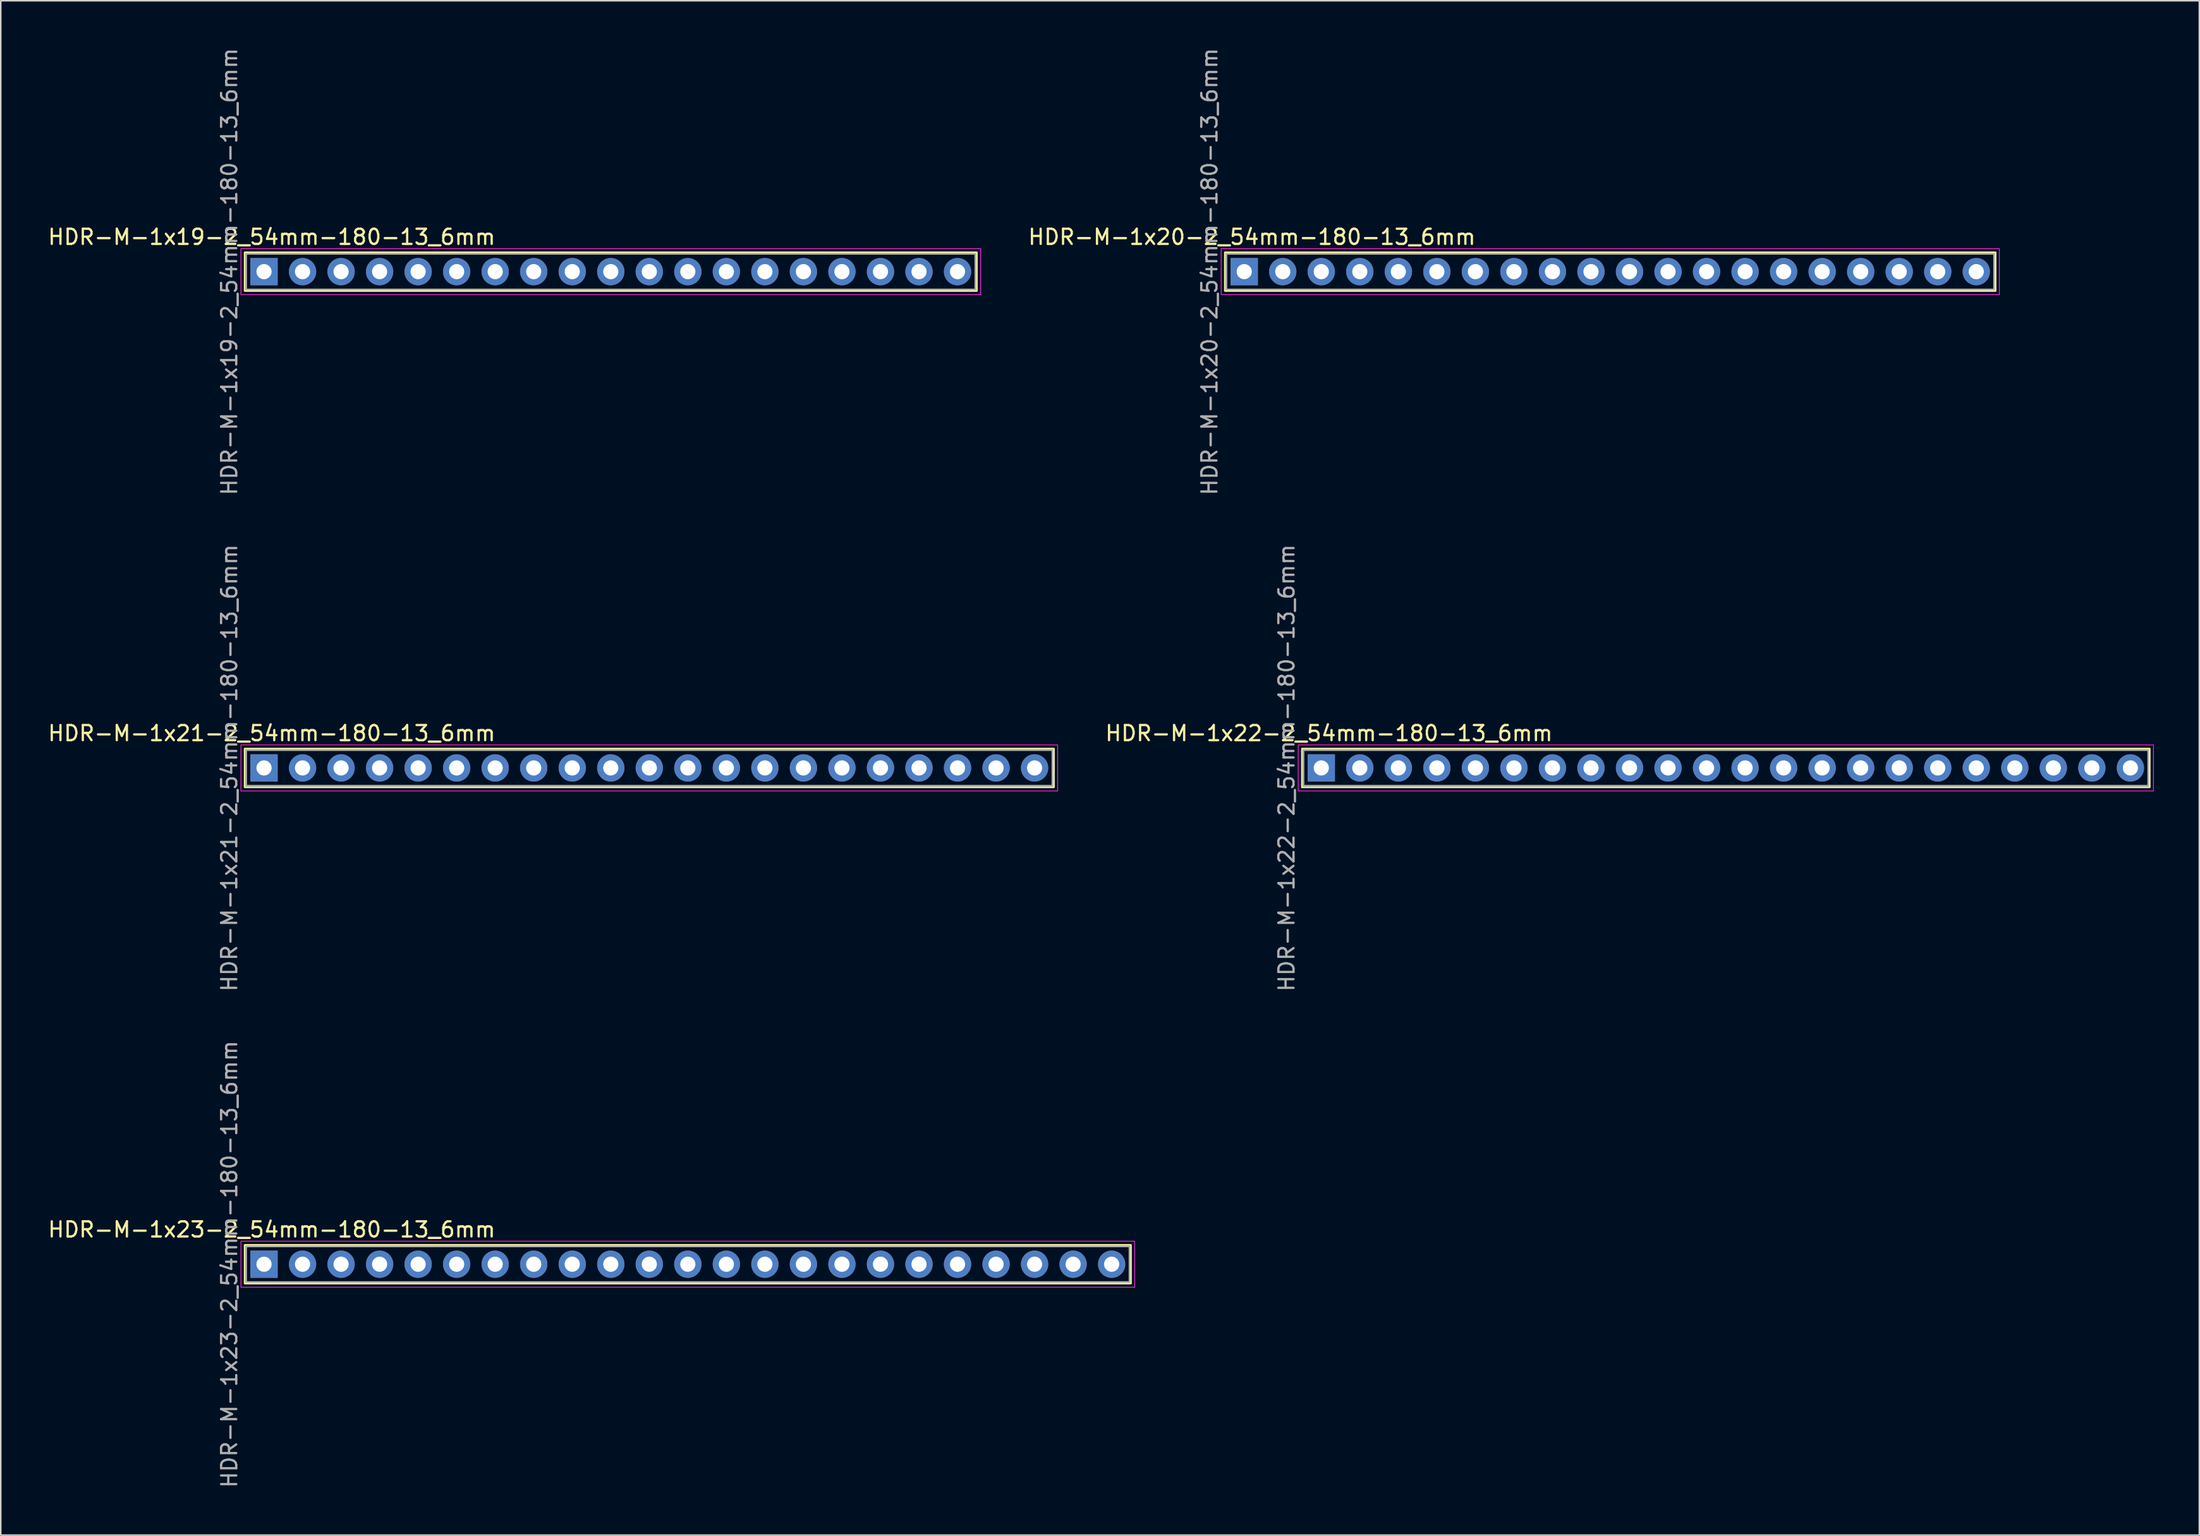
<source format=kicad_pcb>
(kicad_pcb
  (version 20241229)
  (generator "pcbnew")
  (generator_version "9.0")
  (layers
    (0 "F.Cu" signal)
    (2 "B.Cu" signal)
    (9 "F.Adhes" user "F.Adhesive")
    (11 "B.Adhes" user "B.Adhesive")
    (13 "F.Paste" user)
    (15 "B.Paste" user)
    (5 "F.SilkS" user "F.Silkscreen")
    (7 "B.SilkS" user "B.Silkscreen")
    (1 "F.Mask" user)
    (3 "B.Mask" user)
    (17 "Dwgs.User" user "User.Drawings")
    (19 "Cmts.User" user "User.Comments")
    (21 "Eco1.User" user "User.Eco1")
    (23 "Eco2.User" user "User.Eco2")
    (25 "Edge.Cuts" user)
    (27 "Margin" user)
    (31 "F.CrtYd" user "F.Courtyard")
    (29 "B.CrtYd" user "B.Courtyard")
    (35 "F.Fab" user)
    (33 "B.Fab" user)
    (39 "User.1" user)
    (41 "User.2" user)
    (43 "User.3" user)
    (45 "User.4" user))
  (footprint "HDR-M-1x20-2_54mm-180-13_6mm"
    (layer "F.Cu")
    (at 78.975 14.863)
    (property "Reference" "HDR-M-1x20-2_54mm-180-13_6mm" (at 0.508 -2.286 0) (unlocked yes) (layer "F.SilkS") (effects (font (size 1 1) (thickness 0.15))))
    (attr through_hole)
    (fp_rect (start -1.27 -1.27) (end 49.53 1.27) (stroke (width 0.12) (type solid)) (fill no) (layer "F.SilkS"))
    (fp_rect (start -1.52 -1.52) (end 49.78 1.52) (stroke (width 0.05) (type solid)) (fill no) (layer "F.CrtYd"))
    (fp_rect (start -1.17 -1.17) (end 49.43 1.17) (stroke (width 0.1) (type solid)) (fill no) (layer "F.Fab"))
    (fp_text user "${REFERENCE}" (at -2.286 0 90) (unlocked yes) (layer "F.Fab") (effects (font (size 1 1) (thickness 0.15))))
    (pad "1" thru_hole rect (at 0 0) (size 1.8 1.8) (drill 1) (layers "*.Cu" "*.Mask"))
    (pad "2" thru_hole circle (at 2.54 0) (size 1.8 1.8) (drill 1) (layers "*.Cu" "*.Mask"))
    (pad "3" thru_hole circle (at 5.08 0) (size 1.8 1.8) (drill 1) (layers "*.Cu" "*.Mask"))
    (pad "4" thru_hole circle (at 7.62 0) (size 1.8 1.8) (drill 1) (layers "*.Cu" "*.Mask"))
    (pad "5" thru_hole circle (at 10.16 0) (size 1.8 1.8) (drill 1) (layers "*.Cu" "*.Mask"))
    (pad "6" thru_hole circle (at 12.7 0) (size 1.8 1.8) (drill 1) (layers "*.Cu" "*.Mask"))
    (pad "7" thru_hole circle (at 15.24 0) (size 1.8 1.8) (drill 1) (layers "*.Cu" "*.Mask"))
    (pad "8" thru_hole circle (at 17.78 0) (size 1.8 1.8) (drill 1) (layers "*.Cu" "*.Mask"))
    (pad "9" thru_hole circle (at 20.32 0) (size 1.8 1.8) (drill 1) (layers "*.Cu" "*.Mask"))
    (pad "10" thru_hole circle (at 22.86 0) (size 1.8 1.8) (drill 1) (layers "*.Cu" "*.Mask"))
    (pad "11" thru_hole circle (at 25.4 0) (size 1.8 1.8) (drill 1) (layers "*.Cu" "*.Mask"))
    (pad "12" thru_hole circle (at 27.94 0) (size 1.8 1.8) (drill 1) (layers "*.Cu" "*.Mask"))
    (pad "13" thru_hole circle (at 30.48 0) (size 1.8 1.8) (drill 1) (layers "*.Cu" "*.Mask"))
    (pad "14" thru_hole circle (at 33.02 0) (size 1.8 1.8) (drill 1) (layers "*.Cu" "*.Mask"))
    (pad "15" thru_hole circle (at 35.56 0) (size 1.8 1.8) (drill 1) (layers "*.Cu" "*.Mask"))
    (pad "16" thru_hole circle (at 38.1 0) (size 1.8 1.8) (drill 1) (layers "*.Cu" "*.Mask"))
    (pad "17" thru_hole circle (at 40.64 0) (size 1.8 1.8) (drill 1) (layers "*.Cu" "*.Mask"))
    (pad "18" thru_hole circle (at 43.18 0) (size 1.8 1.8) (drill 1) (layers "*.Cu" "*.Mask"))
    (pad "19" thru_hole circle (at 45.72 0) (size 1.8 1.8) (drill 1) (layers "*.Cu" "*.Mask"))
    (pad "20" thru_hole circle (at 48.26 0) (size 1.8 1.8) (drill 1) (layers "*.Cu" "*.Mask")))
  (footprint "HDR-M-1x19-2_54mm-180-13_6mm"
    (layer "F.Cu")
    (at 14.355 14.863)
    (property "Reference" "HDR-M-1x19-2_54mm-180-13_6mm" (at 0.508 -2.286 0) (unlocked yes) (layer "F.SilkS") (effects (font (size 1 1) (thickness 0.15))))
    (attr through_hole)
    (fp_rect (start -1.27 -1.27) (end 46.99 1.27) (stroke (width 0.12) (type solid)) (fill no) (layer "F.SilkS"))
    (fp_rect (start -1.52 -1.52) (end 47.24 1.52) (stroke (width 0.05) (type solid)) (fill no) (layer "F.CrtYd"))
    (fp_rect (start -1.17 -1.17) (end 46.89 1.17) (stroke (width 0.1) (type solid)) (fill no) (layer "F.Fab"))
    (fp_text user "${REFERENCE}" (at -2.286 0 90) (unlocked yes) (layer "F.Fab") (effects (font (size 1 1) (thickness 0.15))))
    (pad "1" thru_hole rect (at 0 0) (size 1.8 1.8) (drill 1) (layers "*.Cu" "*.Mask"))
    (pad "2" thru_hole circle (at 2.54 0) (size 1.8 1.8) (drill 1) (layers "*.Cu" "*.Mask"))
    (pad "3" thru_hole circle (at 5.08 0) (size 1.8 1.8) (drill 1) (layers "*.Cu" "*.Mask"))
    (pad "4" thru_hole circle (at 7.62 0) (size 1.8 1.8) (drill 1) (layers "*.Cu" "*.Mask"))
    (pad "5" thru_hole circle (at 10.16 0) (size 1.8 1.8) (drill 1) (layers "*.Cu" "*.Mask"))
    (pad "6" thru_hole circle (at 12.7 0) (size 1.8 1.8) (drill 1) (layers "*.Cu" "*.Mask"))
    (pad "7" thru_hole circle (at 15.24 0) (size 1.8 1.8) (drill 1) (layers "*.Cu" "*.Mask"))
    (pad "8" thru_hole circle (at 17.78 0) (size 1.8 1.8) (drill 1) (layers "*.Cu" "*.Mask"))
    (pad "9" thru_hole circle (at 20.32 0) (size 1.8 1.8) (drill 1) (layers "*.Cu" "*.Mask"))
    (pad "10" thru_hole circle (at 22.86 0) (size 1.8 1.8) (drill 1) (layers "*.Cu" "*.Mask"))
    (pad "11" thru_hole circle (at 25.4 0) (size 1.8 1.8) (drill 1) (layers "*.Cu" "*.Mask"))
    (pad "12" thru_hole circle (at 27.94 0) (size 1.8 1.8) (drill 1) (layers "*.Cu" "*.Mask"))
    (pad "13" thru_hole circle (at 30.48 0) (size 1.8 1.8) (drill 1) (layers "*.Cu" "*.Mask"))
    (pad "14" thru_hole circle (at 33.02 0) (size 1.8 1.8) (drill 1) (layers "*.Cu" "*.Mask"))
    (pad "15" thru_hole circle (at 35.56 0) (size 1.8 1.8) (drill 1) (layers "*.Cu" "*.Mask"))
    (pad "16" thru_hole circle (at 38.1 0) (size 1.8 1.8) (drill 1) (layers "*.Cu" "*.Mask"))
    (pad "17" thru_hole circle (at 40.64 0) (size 1.8 1.8) (drill 1) (layers "*.Cu" "*.Mask"))
    (pad "18" thru_hole circle (at 43.18 0) (size 1.8 1.8) (drill 1) (layers "*.Cu" "*.Mask"))
    (pad "19" thru_hole circle (at 45.72 0) (size 1.8 1.8) (drill 1) (layers "*.Cu" "*.Mask")))
  (footprint "HDR-M-1x21-2_54mm-180-13_6mm"
    (layer "F.Cu")
    (at 14.355 47.589)
    (property "Reference" "HDR-M-1x21-2_54mm-180-13_6mm" (at 0.508 -2.286 0) (unlocked yes) (layer "F.SilkS") (effects (font (size 1 1) (thickness 0.15))))
    (attr through_hole)
    (fp_rect (start -1.27 -1.27) (end 52.07 1.27) (stroke (width 0.12) (type solid)) (fill no) (layer "F.SilkS"))
    (fp_rect (start -1.52 -1.52) (end 52.32 1.52) (stroke (width 0.05) (type solid)) (fill no) (layer "F.CrtYd"))
    (fp_rect (start -1.17 -1.17) (end 51.97 1.17) (stroke (width 0.1) (type solid)) (fill no) (layer "F.Fab"))
    (fp_text user "${REFERENCE}" (at -2.286 0 90) (unlocked yes) (layer "F.Fab") (effects (font (size 1 1) (thickness 0.15))))
    (pad "1" thru_hole rect (at 0 0) (size 1.8 1.8) (drill 1) (layers "*.Cu" "*.Mask"))
    (pad "2" thru_hole circle (at 2.54 0) (size 1.8 1.8) (drill 1) (layers "*.Cu" "*.Mask"))
    (pad "3" thru_hole circle (at 5.08 0) (size 1.8 1.8) (drill 1) (layers "*.Cu" "*.Mask"))
    (pad "4" thru_hole circle (at 7.62 0) (size 1.8 1.8) (drill 1) (layers "*.Cu" "*.Mask"))
    (pad "5" thru_hole circle (at 10.16 0) (size 1.8 1.8) (drill 1) (layers "*.Cu" "*.Mask"))
    (pad "6" thru_hole circle (at 12.7 0) (size 1.8 1.8) (drill 1) (layers "*.Cu" "*.Mask"))
    (pad "7" thru_hole circle (at 15.24 0) (size 1.8 1.8) (drill 1) (layers "*.Cu" "*.Mask"))
    (pad "8" thru_hole circle (at 17.78 0) (size 1.8 1.8) (drill 1) (layers "*.Cu" "*.Mask"))
    (pad "9" thru_hole circle (at 20.32 0) (size 1.8 1.8) (drill 1) (layers "*.Cu" "*.Mask"))
    (pad "10" thru_hole circle (at 22.86 0) (size 1.8 1.8) (drill 1) (layers "*.Cu" "*.Mask"))
    (pad "11" thru_hole circle (at 25.4 0) (size 1.8 1.8) (drill 1) (layers "*.Cu" "*.Mask"))
    (pad "12" thru_hole circle (at 27.94 0) (size 1.8 1.8) (drill 1) (layers "*.Cu" "*.Mask"))
    (pad "13" thru_hole circle (at 30.48 0) (size 1.8 1.8) (drill 1) (layers "*.Cu" "*.Mask"))
    (pad "14" thru_hole circle (at 33.02 0) (size 1.8 1.8) (drill 1) (layers "*.Cu" "*.Mask"))
    (pad "15" thru_hole circle (at 35.56 0) (size 1.8 1.8) (drill 1) (layers "*.Cu" "*.Mask"))
    (pad "16" thru_hole circle (at 38.1 0) (size 1.8 1.8) (drill 1) (layers "*.Cu" "*.Mask"))
    (pad "17" thru_hole circle (at 40.64 0) (size 1.8 1.8) (drill 1) (layers "*.Cu" "*.Mask"))
    (pad "18" thru_hole circle (at 43.18 0) (size 1.8 1.8) (drill 1) (layers "*.Cu" "*.Mask"))
    (pad "19" thru_hole circle (at 45.72 0) (size 1.8 1.8) (drill 1) (layers "*.Cu" "*.Mask"))
    (pad "20" thru_hole circle (at 48.26 0) (size 1.8 1.8) (drill 1) (layers "*.Cu" "*.Mask"))
    (pad "21" thru_hole circle (at 50.8 0) (size 1.8 1.8) (drill 1) (layers "*.Cu" "*.Mask")))
  (footprint "HDR-M-1x22-2_54mm-180-13_6mm"
    (layer "F.Cu")
    (at 84.055 47.589)
    (property "Reference" "HDR-M-1x22-2_54mm-180-13_6mm" (at 0.508 -2.286 0) (unlocked yes) (layer "F.SilkS") (effects (font (size 1 1) (thickness 0.15))))
    (attr through_hole)
    (fp_rect (start -1.27 -1.27) (end 54.61 1.27) (stroke (width 0.12) (type solid)) (fill no) (layer "F.SilkS"))
    (fp_rect (start -1.52 -1.52) (end 54.86 1.52) (stroke (width 0.05) (type solid)) (fill no) (layer "F.CrtYd"))
    (fp_rect (start -1.17 -1.17) (end 54.51 1.17) (stroke (width 0.1) (type solid)) (fill no) (layer "F.Fab"))
    (fp_text user "${REFERENCE}" (at -2.286 0 90) (unlocked yes) (layer "F.Fab") (effects (font (size 1 1) (thickness 0.15))))
    (pad "1" thru_hole rect (at 0 0) (size 1.8 1.8) (drill 1) (layers "*.Cu" "*.Mask"))
    (pad "2" thru_hole circle (at 2.54 0) (size 1.8 1.8) (drill 1) (layers "*.Cu" "*.Mask"))
    (pad "3" thru_hole circle (at 5.08 0) (size 1.8 1.8) (drill 1) (layers "*.Cu" "*.Mask"))
    (pad "4" thru_hole circle (at 7.62 0) (size 1.8 1.8) (drill 1) (layers "*.Cu" "*.Mask"))
    (pad "5" thru_hole circle (at 10.16 0) (size 1.8 1.8) (drill 1) (layers "*.Cu" "*.Mask"))
    (pad "6" thru_hole circle (at 12.7 0) (size 1.8 1.8) (drill 1) (layers "*.Cu" "*.Mask"))
    (pad "7" thru_hole circle (at 15.24 0) (size 1.8 1.8) (drill 1) (layers "*.Cu" "*.Mask"))
    (pad "8" thru_hole circle (at 17.78 0) (size 1.8 1.8) (drill 1) (layers "*.Cu" "*.Mask"))
    (pad "9" thru_hole circle (at 20.32 0) (size 1.8 1.8) (drill 1) (layers "*.Cu" "*.Mask"))
    (pad "10" thru_hole circle (at 22.86 0) (size 1.8 1.8) (drill 1) (layers "*.Cu" "*.Mask"))
    (pad "11" thru_hole circle (at 25.4 0) (size 1.8 1.8) (drill 1) (layers "*.Cu" "*.Mask"))
    (pad "12" thru_hole circle (at 27.94 0) (size 1.8 1.8) (drill 1) (layers "*.Cu" "*.Mask"))
    (pad "13" thru_hole circle (at 30.48 0) (size 1.8 1.8) (drill 1) (layers "*.Cu" "*.Mask"))
    (pad "14" thru_hole circle (at 33.02 0) (size 1.8 1.8) (drill 1) (layers "*.Cu" "*.Mask"))
    (pad "15" thru_hole circle (at 35.56 0) (size 1.8 1.8) (drill 1) (layers "*.Cu" "*.Mask"))
    (pad "16" thru_hole circle (at 38.1 0) (size 1.8 1.8) (drill 1) (layers "*.Cu" "*.Mask"))
    (pad "17" thru_hole circle (at 40.64 0) (size 1.8 1.8) (drill 1) (layers "*.Cu" "*.Mask"))
    (pad "18" thru_hole circle (at 43.18 0) (size 1.8 1.8) (drill 1) (layers "*.Cu" "*.Mask"))
    (pad "19" thru_hole circle (at 45.72 0) (size 1.8 1.8) (drill 1) (layers "*.Cu" "*.Mask"))
    (pad "20" thru_hole circle (at 48.26 0) (size 1.8 1.8) (drill 1) (layers "*.Cu" "*.Mask"))
    (pad "21" thru_hole circle (at 50.8 0) (size 1.8 1.8) (drill 1) (layers "*.Cu" "*.Mask"))
    (pad "22" thru_hole circle (at 53.34 0) (size 1.8 1.8) (drill 1) (layers "*.Cu" "*.Mask")))
  (footprint "HDR-M-1x23-2_54mm-180-13_6mm"
    (layer "F.Cu")
    (at 14.355 80.315)
    (property "Reference" "HDR-M-1x23-2_54mm-180-13_6mm" (at 0.508 -2.286 0) (unlocked yes) (layer "F.SilkS") (effects (font (size 1 1) (thickness 0.15))))
    (attr through_hole)
    (fp_rect (start -1.27 -1.27) (end 57.15 1.27) (stroke (width 0.12) (type solid)) (fill no) (layer "F.SilkS"))
    (fp_rect (start -1.52 -1.52) (end 57.4 1.52) (stroke (width 0.05) (type solid)) (fill no) (layer "F.CrtYd"))
    (fp_rect (start -1.17 -1.17) (end 57.05 1.17) (stroke (width 0.1) (type solid)) (fill no) (layer "F.Fab"))
    (fp_text user "${REFERENCE}" (at -2.286 0 90) (unlocked yes) (layer "F.Fab") (effects (font (size 1 1) (thickness 0.15))))
    (pad "1" thru_hole rect (at 0 0) (size 1.8 1.8) (drill 1) (layers "*.Cu" "*.Mask"))
    (pad "2" thru_hole circle (at 2.54 0) (size 1.8 1.8) (drill 1) (layers "*.Cu" "*.Mask"))
    (pad "3" thru_hole circle (at 5.08 0) (size 1.8 1.8) (drill 1) (layers "*.Cu" "*.Mask"))
    (pad "4" thru_hole circle (at 7.62 0) (size 1.8 1.8) (drill 1) (layers "*.Cu" "*.Mask"))
    (pad "5" thru_hole circle (at 10.16 0) (size 1.8 1.8) (drill 1) (layers "*.Cu" "*.Mask"))
    (pad "6" thru_hole circle (at 12.7 0) (size 1.8 1.8) (drill 1) (layers "*.Cu" "*.Mask"))
    (pad "7" thru_hole circle (at 15.24 0) (size 1.8 1.8) (drill 1) (layers "*.Cu" "*.Mask"))
    (pad "8" thru_hole circle (at 17.78 0) (size 1.8 1.8) (drill 1) (layers "*.Cu" "*.Mask"))
    (pad "9" thru_hole circle (at 20.32 0) (size 1.8 1.8) (drill 1) (layers "*.Cu" "*.Mask"))
    (pad "10" thru_hole circle (at 22.86 0) (size 1.8 1.8) (drill 1) (layers "*.Cu" "*.Mask"))
    (pad "11" thru_hole circle (at 25.4 0) (size 1.8 1.8) (drill 1) (layers "*.Cu" "*.Mask"))
    (pad "12" thru_hole circle (at 27.94 0) (size 1.8 1.8) (drill 1) (layers "*.Cu" "*.Mask"))
    (pad "13" thru_hole circle (at 30.48 0) (size 1.8 1.8) (drill 1) (layers "*.Cu" "*.Mask"))
    (pad "14" thru_hole circle (at 33.02 0) (size 1.8 1.8) (drill 1) (layers "*.Cu" "*.Mask"))
    (pad "15" thru_hole circle (at 35.56 0) (size 1.8 1.8) (drill 1) (layers "*.Cu" "*.Mask"))
    (pad "16" thru_hole circle (at 38.1 0) (size 1.8 1.8) (drill 1) (layers "*.Cu" "*.Mask"))
    (pad "17" thru_hole circle (at 40.64 0) (size 1.8 1.8) (drill 1) (layers "*.Cu" "*.Mask"))
    (pad "18" thru_hole circle (at 43.18 0) (size 1.8 1.8) (drill 1) (layers "*.Cu" "*.Mask"))
    (pad "19" thru_hole circle (at 45.72 0) (size 1.8 1.8) (drill 1) (layers "*.Cu" "*.Mask"))
    (pad "20" thru_hole circle (at 48.26 0) (size 1.8 1.8) (drill 1) (layers "*.Cu" "*.Mask"))
    (pad "21" thru_hole circle (at 50.8 0) (size 1.8 1.8) (drill 1) (layers "*.Cu" "*.Mask"))
    (pad "22" thru_hole circle (at 53.34 0) (size 1.8 1.8) (drill 1) (layers "*.Cu" "*.Mask"))
    (pad "23" thru_hole circle (at 55.88 0) (size 1.8 1.8) (drill 1) (layers "*.Cu" "*.Mask")))
  (gr_rect
    (start -3 -3)
    (end 141.94 98.179)
    (stroke (width 0.1) (type default))
    (fill no)
    (layer "Edge.Cuts")))
</source>
